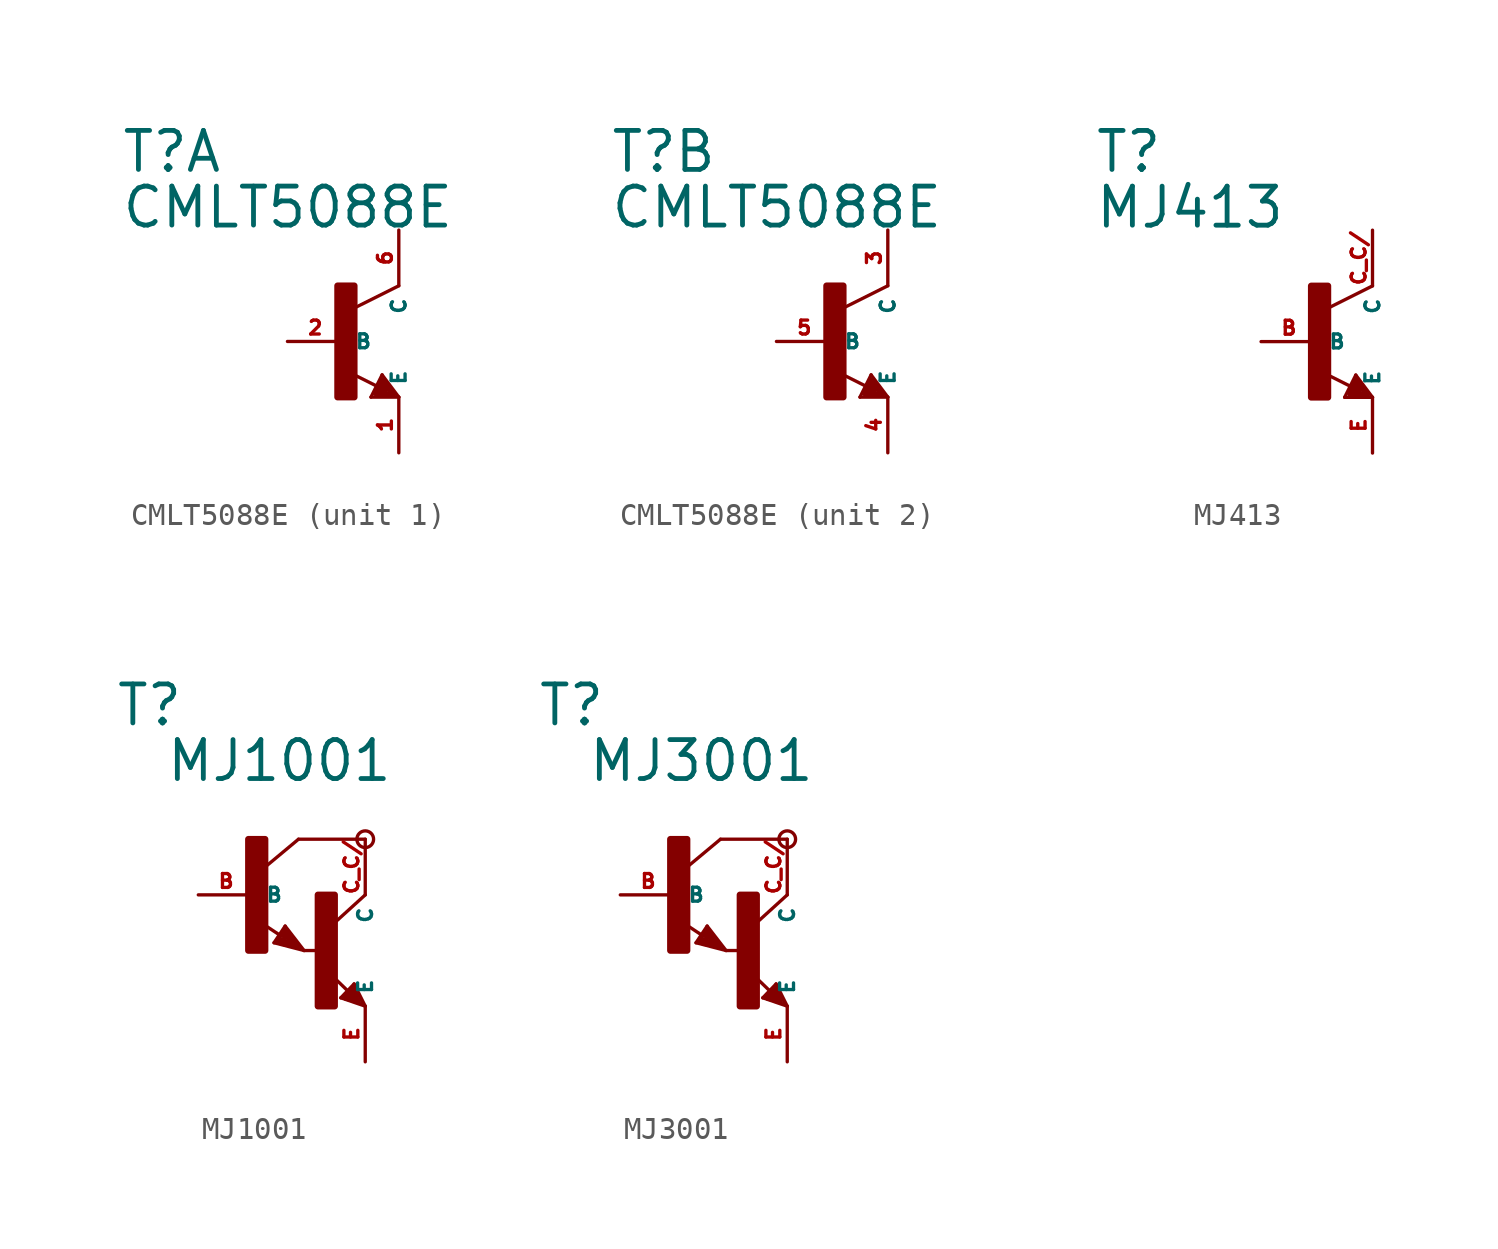
<source format=kicad_sym>
(kicad_symbol_lib
  (version 20220914)
  (generator Eagle2Kicad)
  (symbol "CMLT5088E"
    (property "Reference" "T"
      (at -10.16 7.62 0)
      (effects (font (size 1.778 1.778) (thickness 0.22)) (justify left bottom)))
    (property "Value" "CMLT5088E"
      (at -10.16 5.08 0)
      (effects (font (size 1.778 1.778) (thickness 0.22)) (justify left bottom)))
    (symbol "CMLT5088E_1_0"
      (polyline (pts (xy 2.54 2.54) (xy 0.508 1.524)) (stroke (width 0.152) (type default)) (fill (type none)))
      (polyline (pts (xy 1.778 -1.524) (xy 2.54 -2.54)) (stroke (width 0.152) (type default)) (fill (type none)))
      (polyline (pts (xy 2.54 -2.54) (xy 1.27 -2.54)) (stroke (width 0.152) (type default)) (fill (type none)))
      (polyline (pts (xy 1.27 -2.54) (xy 1.778 -1.524)) (stroke (width 0.152) (type default)) (fill (type none)))
      (polyline (pts (xy 1.54 -2.04) (xy 0.308 -1.424)) (stroke (width 0.152) (type default)) (fill (type none)))
      (polyline (pts (xy 1.524 -2.413) (xy 2.286 -2.413)) (stroke (width 0.254) (type default)) (fill (type none)))
      (polyline (pts (xy 2.286 -2.413) (xy 1.778 -1.778)) (stroke (width 0.254) (type default)) (fill (type none)))
      (polyline (pts (xy 1.778 -1.778) (xy 1.524 -2.286)) (stroke (width 0.254) (type default)) (fill (type none)))
      (polyline (pts (xy 1.524 -2.286) (xy 1.905 -2.286)) (stroke (width 0.254) (type default)) (fill (type none)))
      (polyline (pts (xy 1.905 -2.286) (xy 1.778 -2.032)) (stroke (width 0.254) (type default)) (fill (type none)))
      (rectangle (start -0.254 -2.54) (end 0.508 2.54) (stroke (width 0.3) (type default)) (fill (type outline)))
      (pin passive line (at -2.54 0 0) (length 2.54) (name "B" (effects (font (size 0.635 0.635) (thickness 0.08)) (justify left bottom))) (number "2" (effects (font (size 0.635 0.635) (thickness 0.08)) (justify left bottom))))
      (pin passive line (at 2.54 -5.08 90) (length 2.54) (name "E" (effects (font (size 0.635 0.635) (thickness 0.08)) (justify left bottom))) (number "1" (effects (font (size 0.635 0.635) (thickness 0.08)) (justify left bottom))))
      (pin passive line (at 2.54 5.08 270) (length 2.54) (name "C" (effects (font (size 0.635 0.635) (thickness 0.08)) (justify left bottom))) (number "6" (effects (font (size 0.635 0.635) (thickness 0.08)) (justify left bottom)))))
    (symbol "CMLT5088E_2_0"
      (polyline (pts (xy 2.54 2.54) (xy 0.508 1.524)) (stroke (width 0.152) (type default)) (fill (type none)))
      (polyline (pts (xy 1.778 -1.524) (xy 2.54 -2.54)) (stroke (width 0.152) (type default)) (fill (type none)))
      (polyline (pts (xy 2.54 -2.54) (xy 1.27 -2.54)) (stroke (width 0.152) (type default)) (fill (type none)))
      (polyline (pts (xy 1.27 -2.54) (xy 1.778 -1.524)) (stroke (width 0.152) (type default)) (fill (type none)))
      (polyline (pts (xy 1.54 -2.04) (xy 0.308 -1.424)) (stroke (width 0.152) (type default)) (fill (type none)))
      (polyline (pts (xy 1.524 -2.413) (xy 2.286 -2.413)) (stroke (width 0.254) (type default)) (fill (type none)))
      (polyline (pts (xy 2.286 -2.413) (xy 1.778 -1.778)) (stroke (width 0.254) (type default)) (fill (type none)))
      (polyline (pts (xy 1.778 -1.778) (xy 1.524 -2.286)) (stroke (width 0.254) (type default)) (fill (type none)))
      (polyline (pts (xy 1.524 -2.286) (xy 1.905 -2.286)) (stroke (width 0.254) (type default)) (fill (type none)))
      (polyline (pts (xy 1.905 -2.286) (xy 1.778 -2.032)) (stroke (width 0.254) (type default)) (fill (type none)))
      (rectangle (start -0.254 -2.54) (end 0.508 2.54) (stroke (width 0.3) (type default)) (fill (type outline)))
      (pin passive line (at -2.54 0 0) (length 2.54) (name "B" (effects (font (size 0.635 0.635) (thickness 0.08)) (justify left bottom))) (number "5" (effects (font (size 0.635 0.635) (thickness 0.08)) (justify left bottom))))
      (pin passive line (at 2.54 -5.08 90) (length 2.54) (name "E" (effects (font (size 0.635 0.635) (thickness 0.08)) (justify left bottom))) (number "4" (effects (font (size 0.635 0.635) (thickness 0.08)) (justify left bottom))))
      (pin passive line (at 2.54 5.08 270) (length 2.54) (name "C" (effects (font (size 0.635 0.635) (thickness 0.08)) (justify left bottom))) (number "3" (effects (font (size 0.635 0.635) (thickness 0.08)) (justify left bottom))))))
  (symbol "MJ413"
    (property "Reference" "T"
      (at -10.16 7.62 0)
      (effects (font (size 1.778 1.778) (thickness 0.22)) (justify left bottom)))
    (property "Value" "MJ413"
      (at -10.16 5.08 0)
      (effects (font (size 1.778 1.778) (thickness 0.22)) (justify left bottom)))
    (polyline
      (pts (xy 2.54 2.54) (xy 0.508 1.524))
      (stroke (width 0.152) (type default))
      (fill (type none)))
    (polyline
      (pts (xy 1.778 -1.524) (xy 2.54 -2.54))
      (stroke (width 0.152) (type default))
      (fill (type none)))
    (polyline
      (pts (xy 2.54 -2.54) (xy 1.27 -2.54))
      (stroke (width 0.152) (type default))
      (fill (type none)))
    (polyline
      (pts (xy 1.27 -2.54) (xy 1.778 -1.524))
      (stroke (width 0.152) (type default))
      (fill (type none)))
    (polyline
      (pts (xy 1.54 -2.04) (xy 0.308 -1.424))
      (stroke (width 0.152) (type default))
      (fill (type none)))
    (polyline
      (pts (xy 1.524 -2.413) (xy 2.286 -2.413))
      (stroke (width 0.254) (type default))
      (fill (type none)))
    (polyline
      (pts (xy 2.286 -2.413) (xy 1.778 -1.778))
      (stroke (width 0.254) (type default))
      (fill (type none)))
    (polyline
      (pts (xy 1.778 -1.778) (xy 1.524 -2.286))
      (stroke (width 0.254) (type default))
      (fill (type none)))
    (polyline
      (pts (xy 1.524 -2.286) (xy 1.905 -2.286))
      (stroke (width 0.254) (type default))
      (fill (type none)))
    (polyline
      (pts (xy 1.905 -2.286) (xy 1.778 -2.032))
      (stroke (width 0.254) (type default))
      (fill (type none)))
    (rectangle
      (start -0.254 -2.54)
      (end 0.508 2.54)
      (stroke (width 0.3) (type default))
      (fill (type outline)))
    (pin passive line
      (at -2.54 0 0)
      (length 2.54)
      (name "B" (effects (font (size 0.635 0.635) (thickness 0.08)) (justify left bottom)))
      (number "B" (effects (font (size 0.635 0.635) (thickness 0.08)) (justify left bottom))))
    (pin passive line
      (at 2.54 -5.08 90)
      (length 2.54)
      (name "E" (effects (font (size 0.635 0.635) (thickness 0.08)) (justify left bottom)))
      (number "E" (effects (font (size 0.635 0.635) (thickness 0.08)) (justify left bottom))))
    (pin passive line
      (at 2.54 5.08 270)
      (length 2.54)
      (name "C" (effects (font (size 0.635 0.635) (thickness 0.08)) (justify left bottom)))
      (number "C C/" (effects (font (size 0.635 0.635) (thickness 0.08)) (justify left bottom)))))
  (symbol "MJ1001"
    (property "Reference" "T"
      (at -6.35 7.62 0)
      (effects (font (size 1.778 1.778) (thickness 0.22)) (justify left bottom)))
    (property "Value" "MJ1001"
      (at -4.064 5.08 0)
      (effects (font (size 1.778 1.778) (thickness 0.22)) (justify left bottom)))
    (polyline
      (pts (xy 5.08 2.54) (xy 2.032 2.54))
      (stroke (width 0.152) (type default))
      (fill (type none)))
    (polyline
      (pts (xy 1.424 -1.424) (xy 2.286 -2.54))
      (stroke (width 0.152) (type default))
      (fill (type none)))
    (polyline
      (pts (xy 2.921 -2.54) (xy 2.286 -2.54))
      (stroke (width 0.152) (type default))
      (fill (type none)))
    (polyline
      (pts (xy 0.916 -2.186) (xy 1.424 -1.424))
      (stroke (width 0.152) (type default))
      (fill (type none)))
    (polyline
      (pts (xy 2.286 -2.54) (xy 0.916 -2.186))
      (stroke (width 0.152) (type default))
      (fill (type none)))
    (polyline
      (pts (xy 2.032 2.54) (xy 0.508 1.27))
      (stroke (width 0.152) (type default))
      (fill (type none)))
    (polyline
      (pts (xy 5.08 0) (xy 3.683 -1.27))
      (stroke (width 0.152) (type default))
      (fill (type none)))
    (polyline
      (pts (xy 5.08 -5.08) (xy 3.964 -4.699))
      (stroke (width 0.152) (type default))
      (fill (type none)))
    (polyline
      (pts (xy 4.572 -4.064) (xy 5.08 -5.08))
      (stroke (width 0.152) (type default))
      (fill (type none)))
    (polyline
      (pts (xy 3.964 -4.699) (xy 4.572 -4.064))
      (stroke (width 0.152) (type default))
      (fill (type none)))
    (polyline
      (pts (xy 1.186 -1.84) (xy 0.208 -1.197))
      (stroke (width 0.152) (type default))
      (fill (type none)))
    (polyline
      (pts (xy 4.28 -4.38) (xy 3.483 -3.61))
      (stroke (width 0.152) (type default))
      (fill (type none)))
    (polyline
      (pts (xy 2.159 -2.413) (xy 1.397 -1.524))
      (stroke (width 0.127) (type default))
      (fill (type none)))
    (polyline
      (pts (xy 1.397 -1.524) (xy 1.016 -2.159))
      (stroke (width 0.127) (type default))
      (fill (type none)))
    (polyline
      (pts (xy 1.016 -2.159) (xy 2.032 -2.413))
      (stroke (width 0.127) (type default))
      (fill (type none)))
    (polyline
      (pts (xy 2.032 -2.413) (xy 1.397 -1.651))
      (stroke (width 0.127) (type default))
      (fill (type none)))
    (polyline
      (pts (xy 1.397 -1.651) (xy 1.143 -2.032))
      (stroke (width 0.127) (type default))
      (fill (type none)))
    (polyline
      (pts (xy 1.143 -2.032) (xy 1.905 -2.286))
      (stroke (width 0.254) (type default))
      (fill (type none)))
    (polyline
      (pts (xy 1.905 -2.286) (xy 1.397 -1.778))
      (stroke (width 0.254) (type default))
      (fill (type none)))
    (polyline
      (pts (xy 1.397 -1.778) (xy 1.397 -1.905))
      (stroke (width 0.254) (type default))
      (fill (type none)))
    (polyline
      (pts (xy 4.953 -4.953) (xy 4.572 -4.191))
      (stroke (width 0.127) (type default))
      (fill (type none)))
    (polyline
      (pts (xy 4.572 -4.191) (xy 4.064 -4.699))
      (stroke (width 0.127) (type default))
      (fill (type none)))
    (polyline
      (pts (xy 4.064 -4.699) (xy 4.826 -4.953))
      (stroke (width 0.127) (type default))
      (fill (type none)))
    (polyline
      (pts (xy 4.826 -4.953) (xy 4.572 -4.318))
      (stroke (width 0.127) (type default))
      (fill (type none)))
    (polyline
      (pts (xy 4.572 -4.318) (xy 4.191 -4.699))
      (stroke (width 0.254) (type default))
      (fill (type none)))
    (polyline
      (pts (xy 4.191 -4.699) (xy 4.699 -4.826))
      (stroke (width 0.254) (type default))
      (fill (type none)))
    (polyline
      (pts (xy 4.699 -4.826) (xy 4.572 -4.572))
      (stroke (width 0.254) (type default))
      (fill (type none)))
    (polyline
      (pts (xy 4.572 -4.572) (xy 4.445 -4.572))
      (stroke (width 0.254) (type default))
      (fill (type none)))
    (circle
      (center 5.08 2.54)
      (radius 0.381)
      (stroke (width 0) (type default))
      (fill (type none)))
    (rectangle
      (start -0.254 -2.54)
      (end 0.508 2.54)
      (stroke (width 0.3) (type default))
      (fill (type outline)))
    (rectangle
      (start 2.921 -5.08)
      (end 3.683 0)
      (stroke (width 0.3) (type default))
      (fill (type outline)))
    (pin passive line
      (at -2.54 0 0)
      (length 2.54)
      (name "B" (effects (font (size 0.635 0.635) (thickness 0.08)) (justify left bottom)))
      (number "B" (effects (font (size 0.635 0.635) (thickness 0.08)) (justify left bottom))))
    (pin passive line
      (at 5.08 -7.62 90)
      (length 2.54)
      (name "E" (effects (font (size 0.635 0.635) (thickness 0.08)) (justify left bottom)))
      (number "E" (effects (font (size 0.635 0.635) (thickness 0.08)) (justify left bottom))))
    (pin passive line
      (at 5.08 2.54 270)
      (length 2.54)
      (name "C" (effects (font (size 0.635 0.635) (thickness 0.08)) (justify left bottom)))
      (number "C C/" (effects (font (size 0.635 0.635) (thickness 0.08)) (justify left bottom)))))
  (symbol "MJ3001"
    (property "Reference" "T"
      (at -6.35 7.62 0)
      (effects (font (size 1.778 1.778) (thickness 0.22)) (justify left bottom)))
    (property "Value" "MJ3001"
      (at -4.064 5.08 0)
      (effects (font (size 1.778 1.778) (thickness 0.22)) (justify left bottom)))
    (polyline
      (pts (xy 5.08 2.54) (xy 2.032 2.54))
      (stroke (width 0.152) (type default))
      (fill (type none)))
    (polyline
      (pts (xy 1.424 -1.424) (xy 2.286 -2.54))
      (stroke (width 0.152) (type default))
      (fill (type none)))
    (polyline
      (pts (xy 2.921 -2.54) (xy 2.286 -2.54))
      (stroke (width 0.152) (type default))
      (fill (type none)))
    (polyline
      (pts (xy 0.916 -2.186) (xy 1.424 -1.424))
      (stroke (width 0.152) (type default))
      (fill (type none)))
    (polyline
      (pts (xy 2.286 -2.54) (xy 0.916 -2.186))
      (stroke (width 0.152) (type default))
      (fill (type none)))
    (polyline
      (pts (xy 2.032 2.54) (xy 0.508 1.27))
      (stroke (width 0.152) (type default))
      (fill (type none)))
    (polyline
      (pts (xy 5.08 0) (xy 3.683 -1.27))
      (stroke (width 0.152) (type default))
      (fill (type none)))
    (polyline
      (pts (xy 5.08 -5.08) (xy 3.964 -4.699))
      (stroke (width 0.152) (type default))
      (fill (type none)))
    (polyline
      (pts (xy 4.572 -4.064) (xy 5.08 -5.08))
      (stroke (width 0.152) (type default))
      (fill (type none)))
    (polyline
      (pts (xy 3.964 -4.699) (xy 4.572 -4.064))
      (stroke (width 0.152) (type default))
      (fill (type none)))
    (polyline
      (pts (xy 1.186 -1.84) (xy 0.208 -1.197))
      (stroke (width 0.152) (type default))
      (fill (type none)))
    (polyline
      (pts (xy 4.28 -4.38) (xy 3.483 -3.61))
      (stroke (width 0.152) (type default))
      (fill (type none)))
    (polyline
      (pts (xy 2.159 -2.413) (xy 1.397 -1.524))
      (stroke (width 0.127) (type default))
      (fill (type none)))
    (polyline
      (pts (xy 1.397 -1.524) (xy 1.016 -2.159))
      (stroke (width 0.127) (type default))
      (fill (type none)))
    (polyline
      (pts (xy 1.016 -2.159) (xy 2.032 -2.413))
      (stroke (width 0.127) (type default))
      (fill (type none)))
    (polyline
      (pts (xy 2.032 -2.413) (xy 1.397 -1.651))
      (stroke (width 0.127) (type default))
      (fill (type none)))
    (polyline
      (pts (xy 1.397 -1.651) (xy 1.143 -2.032))
      (stroke (width 0.127) (type default))
      (fill (type none)))
    (polyline
      (pts (xy 1.143 -2.032) (xy 1.905 -2.286))
      (stroke (width 0.254) (type default))
      (fill (type none)))
    (polyline
      (pts (xy 1.905 -2.286) (xy 1.397 -1.778))
      (stroke (width 0.254) (type default))
      (fill (type none)))
    (polyline
      (pts (xy 1.397 -1.778) (xy 1.397 -1.905))
      (stroke (width 0.254) (type default))
      (fill (type none)))
    (polyline
      (pts (xy 4.953 -4.953) (xy 4.572 -4.191))
      (stroke (width 0.127) (type default))
      (fill (type none)))
    (polyline
      (pts (xy 4.572 -4.191) (xy 4.064 -4.699))
      (stroke (width 0.127) (type default))
      (fill (type none)))
    (polyline
      (pts (xy 4.064 -4.699) (xy 4.826 -4.953))
      (stroke (width 0.127) (type default))
      (fill (type none)))
    (polyline
      (pts (xy 4.826 -4.953) (xy 4.572 -4.318))
      (stroke (width 0.127) (type default))
      (fill (type none)))
    (polyline
      (pts (xy 4.572 -4.318) (xy 4.191 -4.699))
      (stroke (width 0.254) (type default))
      (fill (type none)))
    (polyline
      (pts (xy 4.191 -4.699) (xy 4.699 -4.826))
      (stroke (width 0.254) (type default))
      (fill (type none)))
    (polyline
      (pts (xy 4.699 -4.826) (xy 4.572 -4.572))
      (stroke (width 0.254) (type default))
      (fill (type none)))
    (polyline
      (pts (xy 4.572 -4.572) (xy 4.445 -4.572))
      (stroke (width 0.254) (type default))
      (fill (type none)))
    (circle
      (center 5.08 2.54)
      (radius 0.381)
      (stroke (width 0) (type default))
      (fill (type none)))
    (rectangle
      (start -0.254 -2.54)
      (end 0.508 2.54)
      (stroke (width 0.3) (type default))
      (fill (type outline)))
    (rectangle
      (start 2.921 -5.08)
      (end 3.683 0)
      (stroke (width 0.3) (type default))
      (fill (type outline)))
    (pin passive line
      (at -2.54 0 0)
      (length 2.54)
      (name "B" (effects (font (size 0.635 0.635) (thickness 0.08)) (justify left bottom)))
      (number "B" (effects (font (size 0.635 0.635) (thickness 0.08)) (justify left bottom))))
    (pin passive line
      (at 5.08 -7.62 90)
      (length 2.54)
      (name "E" (effects (font (size 0.635 0.635) (thickness 0.08)) (justify left bottom)))
      (number "E" (effects (font (size 0.635 0.635) (thickness 0.08)) (justify left bottom))))
    (pin passive line
      (at 5.08 2.54 270)
      (length 2.54)
      (name "C" (effects (font (size 0.635 0.635) (thickness 0.08)) (justify left bottom)))
      (number "C C/" (effects (font (size 0.635 0.635) (thickness 0.08)) (justify left bottom))))))
</source>
